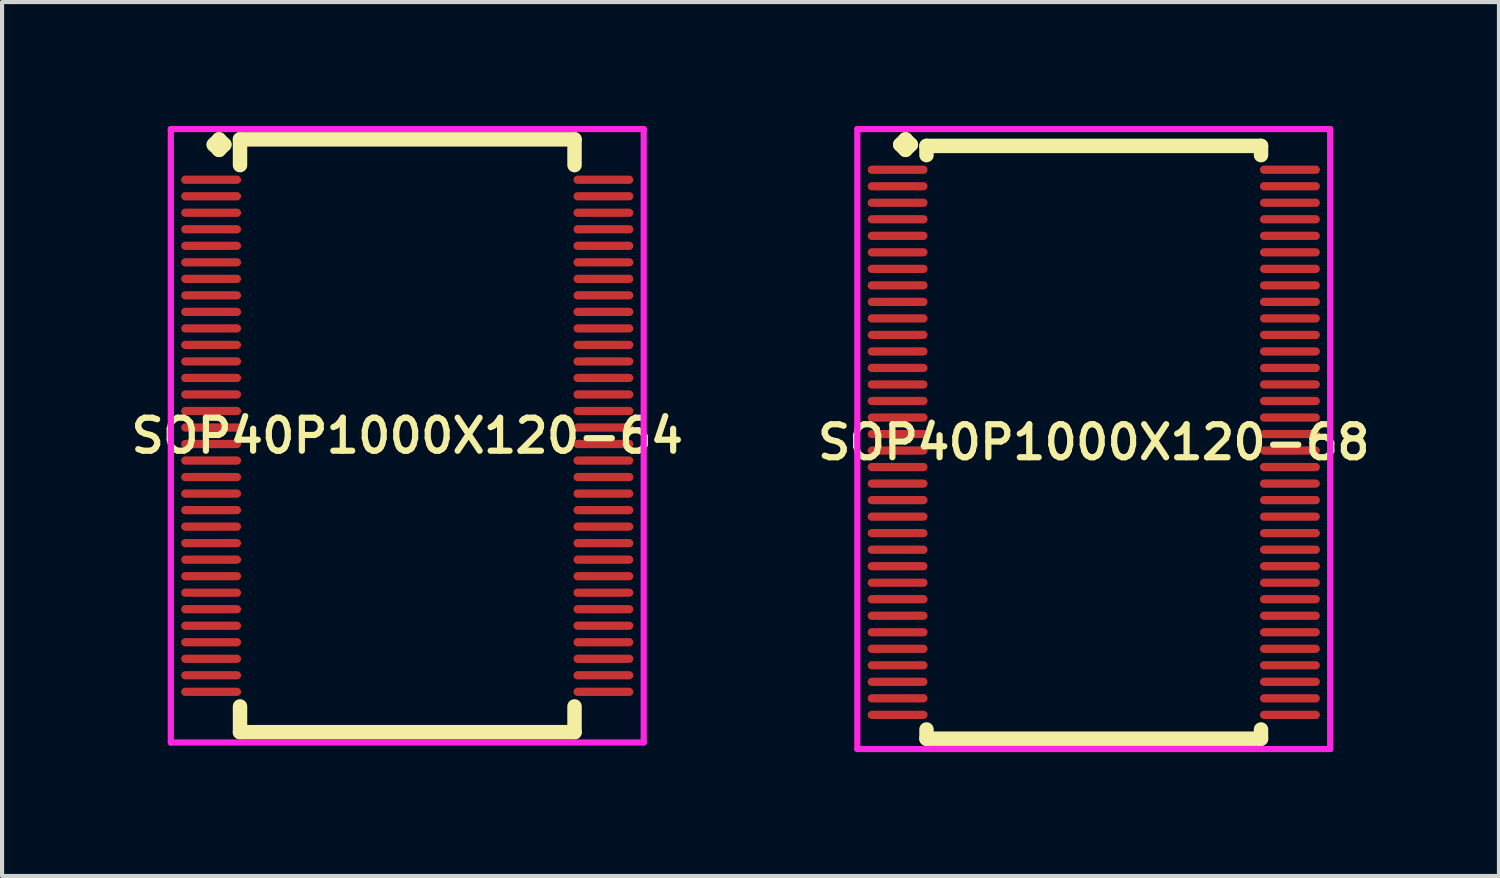
<source format=kicad_pcb>
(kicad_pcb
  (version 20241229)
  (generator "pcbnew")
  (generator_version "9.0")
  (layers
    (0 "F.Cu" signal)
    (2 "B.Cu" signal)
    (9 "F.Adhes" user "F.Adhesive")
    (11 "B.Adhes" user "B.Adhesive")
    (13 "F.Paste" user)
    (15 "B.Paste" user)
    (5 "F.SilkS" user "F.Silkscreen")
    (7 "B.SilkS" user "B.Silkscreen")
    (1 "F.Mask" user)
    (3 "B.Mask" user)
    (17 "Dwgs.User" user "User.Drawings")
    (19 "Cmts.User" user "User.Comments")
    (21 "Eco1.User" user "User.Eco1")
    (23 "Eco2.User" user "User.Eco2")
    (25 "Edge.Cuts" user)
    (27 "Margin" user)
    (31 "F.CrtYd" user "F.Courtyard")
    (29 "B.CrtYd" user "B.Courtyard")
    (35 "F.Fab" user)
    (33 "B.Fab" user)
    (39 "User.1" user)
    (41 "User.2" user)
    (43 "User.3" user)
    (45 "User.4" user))
  (footprint "SOP40P1000X120-68"
    (layer "F.Cu")
    (at 23.435 7.66)
    (property "Reference" "SOP40P1000X120-68" (at 0 0 0) (layer "F.SilkS") (effects (font (size 0.8 0.8) (thickness 0.15))))
    (attr smd)
    (fp_line (start -4.685 -7.208) (end -4.558 -7.335) (stroke (width 0.35) (type solid)) (layer "F.SilkS"))
    (fp_line (start -4.558 -7.335) (end -4.431 -7.208) (stroke (width 0.35) (type solid)) (layer "F.SilkS"))
    (fp_line (start -4.558 -7.081) (end -4.685 -7.208) (stroke (width 0.35) (type solid)) (layer "F.SilkS"))
    (fp_line (start -4.431 -7.208) (end -4.558 -7.081) (stroke (width 0.35) (type solid)) (layer "F.SilkS"))
    (fp_line (start -4.05 -7.177) (end 4.05 -7.177) (stroke (width 0.35) (type solid)) (layer "F.SilkS"))
    (fp_line (start -4.05 -6.954) (end -4.05 -7.177) (stroke (width 0.35) (type solid)) (layer "F.SilkS"))
    (fp_line (start -4.05 6.954) (end -4.05 7.177) (stroke (width 0.35) (type solid)) (layer "F.SilkS"))
    (fp_line (start -4.05 7.177) (end 4.05 7.177) (stroke (width 0.35) (type solid)) (layer "F.SilkS"))
    (fp_line (start 4.05 -7.177) (end 4.05 -6.954) (stroke (width 0.35) (type solid)) (layer "F.SilkS"))
    (fp_line (start 4.05 7.177) (end 4.05 6.954) (stroke (width 0.35) (type solid)) (layer "F.SilkS"))
    (fp_line (start -5.725 -7.585) (end 5.725 -7.585) (stroke (width 0.15) (type solid)) (layer "F.CrtYd"))
    (fp_line (start -5.725 7.427) (end -5.725 -7.585) (stroke (width 0.15) (type solid)) (layer "F.CrtYd"))
    (fp_line (start 5.725 -7.585) (end 5.725 7.427) (stroke (width 0.15) (type solid)) (layer "F.CrtYd"))
    (fp_line (start 5.725 7.427) (end -5.725 7.427) (stroke (width 0.15) (type solid)) (layer "F.CrtYd"))
    (pad "1" smd oval (at -4.75 -6.6) (size 1.45 0.2) (layers "F.Cu" "F.Mask" "F.Paste"))
    (pad "2" smd oval (at -4.75 -6.2) (size 1.45 0.2) (layers "F.Cu" "F.Mask" "F.Paste"))
    (pad "3" smd oval (at -4.75 -5.8) (size 1.45 0.2) (layers "F.Cu" "F.Mask" "F.Paste"))
    (pad "4" smd oval (at -4.75 -5.4) (size 1.45 0.2) (layers "F.Cu" "F.Mask" "F.Paste"))
    (pad "5" smd oval (at -4.75 -5) (size 1.45 0.2) (layers "F.Cu" "F.Mask" "F.Paste"))
    (pad "6" smd oval (at -4.75 -4.6) (size 1.45 0.2) (layers "F.Cu" "F.Mask" "F.Paste"))
    (pad "7" smd oval (at -4.75 -4.2) (size 1.45 0.2) (layers "F.Cu" "F.Mask" "F.Paste"))
    (pad "8" smd oval (at -4.75 -3.8) (size 1.45 0.2) (layers "F.Cu" "F.Mask" "F.Paste"))
    (pad "9" smd oval (at -4.75 -3.4) (size 1.45 0.2) (layers "F.Cu" "F.Mask" "F.Paste"))
    (pad "10" smd oval (at -4.75 -3) (size 1.45 0.2) (layers "F.Cu" "F.Mask" "F.Paste"))
    (pad "11" smd oval (at -4.75 -2.6) (size 1.45 0.2) (layers "F.Cu" "F.Mask" "F.Paste"))
    (pad "12" smd oval (at -4.75 -2.2) (size 1.45 0.2) (layers "F.Cu" "F.Mask" "F.Paste"))
    (pad "13" smd oval (at -4.75 -1.8) (size 1.45 0.2) (layers "F.Cu" "F.Mask" "F.Paste"))
    (pad "14" smd oval (at -4.75 -1.4) (size 1.45 0.2) (layers "F.Cu" "F.Mask" "F.Paste"))
    (pad "15" smd oval (at -4.75 -1) (size 1.45 0.2) (layers "F.Cu" "F.Mask" "F.Paste"))
    (pad "16" smd oval (at -4.75 -0.6) (size 1.45 0.2) (layers "F.Cu" "F.Mask" "F.Paste"))
    (pad "17" smd oval (at -4.75 -0.2) (size 1.45 0.2) (layers "F.Cu" "F.Mask" "F.Paste"))
    (pad "18" smd oval (at -4.75 0.2) (size 1.45 0.2) (layers "F.Cu" "F.Mask" "F.Paste"))
    (pad "19" smd oval (at -4.75 0.6) (size 1.45 0.2) (layers "F.Cu" "F.Mask" "F.Paste"))
    (pad "20" smd oval (at -4.75 1) (size 1.45 0.2) (layers "F.Cu" "F.Mask" "F.Paste"))
    (pad "21" smd oval (at -4.75 1.4) (size 1.45 0.2) (layers "F.Cu" "F.Mask" "F.Paste"))
    (pad "22" smd oval (at -4.75 1.8) (size 1.45 0.2) (layers "F.Cu" "F.Mask" "F.Paste"))
    (pad "23" smd oval (at -4.75 2.2) (size 1.45 0.2) (layers "F.Cu" "F.Mask" "F.Paste"))
    (pad "24" smd oval (at -4.75 2.6) (size 1.45 0.2) (layers "F.Cu" "F.Mask" "F.Paste"))
    (pad "25" smd oval (at -4.75 3) (size 1.45 0.2) (layers "F.Cu" "F.Mask" "F.Paste"))
    (pad "26" smd oval (at -4.75 3.4) (size 1.45 0.2) (layers "F.Cu" "F.Mask" "F.Paste"))
    (pad "27" smd oval (at -4.75 3.8) (size 1.45 0.2) (layers "F.Cu" "F.Mask" "F.Paste"))
    (pad "28" smd oval (at -4.75 4.2) (size 1.45 0.2) (layers "F.Cu" "F.Mask" "F.Paste"))
    (pad "29" smd oval (at -4.75 4.6) (size 1.45 0.2) (layers "F.Cu" "F.Mask" "F.Paste"))
    (pad "30" smd oval (at -4.75 5) (size 1.45 0.2) (layers "F.Cu" "F.Mask" "F.Paste"))
    (pad "31" smd oval (at -4.75 5.4) (size 1.45 0.2) (layers "F.Cu" "F.Mask" "F.Paste"))
    (pad "32" smd oval (at -4.75 5.8) (size 1.45 0.2) (layers "F.Cu" "F.Mask" "F.Paste"))
    (pad "33" smd oval (at -4.75 6.2) (size 1.45 0.2) (layers "F.Cu" "F.Mask" "F.Paste"))
    (pad "34" smd oval (at -4.75 6.6) (size 1.45 0.2) (layers "F.Cu" "F.Mask" "F.Paste"))
    (pad "35" smd oval (at 4.75 6.6) (size 1.45 0.2) (layers "F.Cu" "F.Mask" "F.Paste"))
    (pad "36" smd oval (at 4.75 6.2) (size 1.45 0.2) (layers "F.Cu" "F.Mask" "F.Paste"))
    (pad "37" smd oval (at 4.75 5.8) (size 1.45 0.2) (layers "F.Cu" "F.Mask" "F.Paste"))
    (pad "38" smd oval (at 4.75 5.4) (size 1.45 0.2) (layers "F.Cu" "F.Mask" "F.Paste"))
    (pad "39" smd oval (at 4.75 5) (size 1.45 0.2) (layers "F.Cu" "F.Mask" "F.Paste"))
    (pad "40" smd oval (at 4.75 4.6) (size 1.45 0.2) (layers "F.Cu" "F.Mask" "F.Paste"))
    (pad "41" smd oval (at 4.75 4.2) (size 1.45 0.2) (layers "F.Cu" "F.Mask" "F.Paste"))
    (pad "42" smd oval (at 4.75 3.8) (size 1.45 0.2) (layers "F.Cu" "F.Mask" "F.Paste"))
    (pad "43" smd oval (at 4.75 3.4) (size 1.45 0.2) (layers "F.Cu" "F.Mask" "F.Paste"))
    (pad "44" smd oval (at 4.75 3) (size 1.45 0.2) (layers "F.Cu" "F.Mask" "F.Paste"))
    (pad "45" smd oval (at 4.75 2.6) (size 1.45 0.2) (layers "F.Cu" "F.Mask" "F.Paste"))
    (pad "46" smd oval (at 4.75 2.2) (size 1.45 0.2) (layers "F.Cu" "F.Mask" "F.Paste"))
    (pad "47" smd oval (at 4.75 1.8) (size 1.45 0.2) (layers "F.Cu" "F.Mask" "F.Paste"))
    (pad "48" smd oval (at 4.75 1.4) (size 1.45 0.2) (layers "F.Cu" "F.Mask" "F.Paste"))
    (pad "49" smd oval (at 4.75 1) (size 1.45 0.2) (layers "F.Cu" "F.Mask" "F.Paste"))
    (pad "50" smd oval (at 4.75 0.6) (size 1.45 0.2) (layers "F.Cu" "F.Mask" "F.Paste"))
    (pad "51" smd oval (at 4.75 0.2) (size 1.45 0.2) (layers "F.Cu" "F.Mask" "F.Paste"))
    (pad "52" smd oval (at 4.75 -0.2) (size 1.45 0.2) (layers "F.Cu" "F.Mask" "F.Paste"))
    (pad "53" smd oval (at 4.75 -0.6) (size 1.45 0.2) (layers "F.Cu" "F.Mask" "F.Paste"))
    (pad "54" smd oval (at 4.75 -1) (size 1.45 0.2) (layers "F.Cu" "F.Mask" "F.Paste"))
    (pad "55" smd oval (at 4.75 -1.4) (size 1.45 0.2) (layers "F.Cu" "F.Mask" "F.Paste"))
    (pad "56" smd oval (at 4.75 -1.8) (size 1.45 0.2) (layers "F.Cu" "F.Mask" "F.Paste"))
    (pad "57" smd oval (at 4.75 -2.2) (size 1.45 0.2) (layers "F.Cu" "F.Mask" "F.Paste"))
    (pad "58" smd oval (at 4.75 -2.6) (size 1.45 0.2) (layers "F.Cu" "F.Mask" "F.Paste"))
    (pad "59" smd oval (at 4.75 -3) (size 1.45 0.2) (layers "F.Cu" "F.Mask" "F.Paste"))
    (pad "60" smd oval (at 4.75 -3.4) (size 1.45 0.2) (layers "F.Cu" "F.Mask" "F.Paste"))
    (pad "61" smd oval (at 4.75 -3.8) (size 1.45 0.2) (layers "F.Cu" "F.Mask" "F.Paste"))
    (pad "62" smd oval (at 4.75 -4.2) (size 1.45 0.2) (layers "F.Cu" "F.Mask" "F.Paste"))
    (pad "63" smd oval (at 4.75 -4.6) (size 1.45 0.2) (layers "F.Cu" "F.Mask" "F.Paste"))
    (pad "64" smd oval (at 4.75 -5) (size 1.45 0.2) (layers "F.Cu" "F.Mask" "F.Paste"))
    (pad "65" smd oval (at 4.75 -5.4) (size 1.45 0.2) (layers "F.Cu" "F.Mask" "F.Paste"))
    (pad "66" smd oval (at 4.75 -5.8) (size 1.45 0.2) (layers "F.Cu" "F.Mask" "F.Paste"))
    (pad "67" smd oval (at 4.75 -6.2) (size 1.45 0.2) (layers "F.Cu" "F.Mask" "F.Paste"))
    (pad "68" smd oval (at 4.75 -6.6) (size 1.45 0.2) (layers "F.Cu" "F.Mask" "F.Paste")))
  (footprint "SOP40P1000X120-64"
    (layer "F.Cu")
    (at 6.812 7.502)
    (property "Reference" "SOP40P1000X120-64" (at 0 0 0) (layer "F.SilkS") (effects (font (size 0.8 0.8) (thickness 0.15))))
    (attr smd)
    (fp_line (start -4.685 -7.05) (end -4.558 -7.177) (stroke (width 0.35) (type solid)) (layer "F.SilkS"))
    (fp_line (start -4.558 -7.177) (end -4.431 -7.05) (stroke (width 0.35) (type solid)) (layer "F.SilkS"))
    (fp_line (start -4.558 -6.923) (end -4.685 -7.05) (stroke (width 0.35) (type solid)) (layer "F.SilkS"))
    (fp_line (start -4.431 -7.05) (end -4.558 -6.923) (stroke (width 0.35) (type solid)) (layer "F.SilkS"))
    (fp_line (start -4.05 -7.177) (end 4.05 -7.177) (stroke (width 0.35) (type solid)) (layer "F.SilkS"))
    (fp_line (start -4.05 -6.554) (end -4.05 -7.177) (stroke (width 0.35) (type solid)) (layer "F.SilkS"))
    (fp_line (start -4.05 6.554) (end -4.05 7.177) (stroke (width 0.35) (type solid)) (layer "F.SilkS"))
    (fp_line (start -4.05 7.177) (end 4.05 7.177) (stroke (width 0.35) (type solid)) (layer "F.SilkS"))
    (fp_line (start 4.05 -7.177) (end 4.05 -6.554) (stroke (width 0.35) (type solid)) (layer "F.SilkS"))
    (fp_line (start 4.05 7.177) (end 4.05 6.554) (stroke (width 0.35) (type solid)) (layer "F.SilkS"))
    (fp_line (start -5.725 -7.427) (end 5.725 -7.427) (stroke (width 0.15) (type solid)) (layer "F.CrtYd"))
    (fp_line (start -5.725 7.427) (end -5.725 -7.427) (stroke (width 0.15) (type solid)) (layer "F.CrtYd"))
    (fp_line (start 5.725 -7.427) (end 5.725 7.427) (stroke (width 0.15) (type solid)) (layer "F.CrtYd"))
    (fp_line (start 5.725 7.427) (end -5.725 7.427) (stroke (width 0.15) (type solid)) (layer "F.CrtYd"))
    (pad "1" smd oval (at -4.75 -6.2) (size 1.45 0.2) (layers "F.Cu" "F.Mask" "F.Paste"))
    (pad "2" smd oval (at -4.75 -5.8) (size 1.45 0.2) (layers "F.Cu" "F.Mask" "F.Paste"))
    (pad "3" smd oval (at -4.75 -5.4) (size 1.45 0.2) (layers "F.Cu" "F.Mask" "F.Paste"))
    (pad "4" smd oval (at -4.75 -5) (size 1.45 0.2) (layers "F.Cu" "F.Mask" "F.Paste"))
    (pad "5" smd oval (at -4.75 -4.6) (size 1.45 0.2) (layers "F.Cu" "F.Mask" "F.Paste"))
    (pad "6" smd oval (at -4.75 -4.2) (size 1.45 0.2) (layers "F.Cu" "F.Mask" "F.Paste"))
    (pad "7" smd oval (at -4.75 -3.8) (size 1.45 0.2) (layers "F.Cu" "F.Mask" "F.Paste"))
    (pad "8" smd oval (at -4.75 -3.4) (size 1.45 0.2) (layers "F.Cu" "F.Mask" "F.Paste"))
    (pad "9" smd oval (at -4.75 -3) (size 1.45 0.2) (layers "F.Cu" "F.Mask" "F.Paste"))
    (pad "10" smd oval (at -4.75 -2.6) (size 1.45 0.2) (layers "F.Cu" "F.Mask" "F.Paste"))
    (pad "11" smd oval (at -4.75 -2.2) (size 1.45 0.2) (layers "F.Cu" "F.Mask" "F.Paste"))
    (pad "12" smd oval (at -4.75 -1.8) (size 1.45 0.2) (layers "F.Cu" "F.Mask" "F.Paste"))
    (pad "13" smd oval (at -4.75 -1.4) (size 1.45 0.2) (layers "F.Cu" "F.Mask" "F.Paste"))
    (pad "14" smd oval (at -4.75 -1) (size 1.45 0.2) (layers "F.Cu" "F.Mask" "F.Paste"))
    (pad "15" smd oval (at -4.75 -0.6) (size 1.45 0.2) (layers "F.Cu" "F.Mask" "F.Paste"))
    (pad "16" smd oval (at -4.75 -0.2) (size 1.45 0.2) (layers "F.Cu" "F.Mask" "F.Paste"))
    (pad "17" smd oval (at -4.75 0.2) (size 1.45 0.2) (layers "F.Cu" "F.Mask" "F.Paste"))
    (pad "18" smd oval (at -4.75 0.6) (size 1.45 0.2) (layers "F.Cu" "F.Mask" "F.Paste"))
    (pad "19" smd oval (at -4.75 1) (size 1.45 0.2) (layers "F.Cu" "F.Mask" "F.Paste"))
    (pad "20" smd oval (at -4.75 1.4) (size 1.45 0.2) (layers "F.Cu" "F.Mask" "F.Paste"))
    (pad "21" smd oval (at -4.75 1.8) (size 1.45 0.2) (layers "F.Cu" "F.Mask" "F.Paste"))
    (pad "22" smd oval (at -4.75 2.2) (size 1.45 0.2) (layers "F.Cu" "F.Mask" "F.Paste"))
    (pad "23" smd oval (at -4.75 2.6) (size 1.45 0.2) (layers "F.Cu" "F.Mask" "F.Paste"))
    (pad "24" smd oval (at -4.75 3) (size 1.45 0.2) (layers "F.Cu" "F.Mask" "F.Paste"))
    (pad "25" smd oval (at -4.75 3.4) (size 1.45 0.2) (layers "F.Cu" "F.Mask" "F.Paste"))
    (pad "26" smd oval (at -4.75 3.8) (size 1.45 0.2) (layers "F.Cu" "F.Mask" "F.Paste"))
    (pad "27" smd oval (at -4.75 4.2) (size 1.45 0.2) (layers "F.Cu" "F.Mask" "F.Paste"))
    (pad "28" smd oval (at -4.75 4.6) (size 1.45 0.2) (layers "F.Cu" "F.Mask" "F.Paste"))
    (pad "29" smd oval (at -4.75 5) (size 1.45 0.2) (layers "F.Cu" "F.Mask" "F.Paste"))
    (pad "30" smd oval (at -4.75 5.4) (size 1.45 0.2) (layers "F.Cu" "F.Mask" "F.Paste"))
    (pad "31" smd oval (at -4.75 5.8) (size 1.45 0.2) (layers "F.Cu" "F.Mask" "F.Paste"))
    (pad "32" smd oval (at -4.75 6.2) (size 1.45 0.2) (layers "F.Cu" "F.Mask" "F.Paste"))
    (pad "33" smd oval (at 4.75 6.2) (size 1.45 0.2) (layers "F.Cu" "F.Mask" "F.Paste"))
    (pad "34" smd oval (at 4.75 5.8) (size 1.45 0.2) (layers "F.Cu" "F.Mask" "F.Paste"))
    (pad "35" smd oval (at 4.75 5.4) (size 1.45 0.2) (layers "F.Cu" "F.Mask" "F.Paste"))
    (pad "36" smd oval (at 4.75 5) (size 1.45 0.2) (layers "F.Cu" "F.Mask" "F.Paste"))
    (pad "37" smd oval (at 4.75 4.6) (size 1.45 0.2) (layers "F.Cu" "F.Mask" "F.Paste"))
    (pad "38" smd oval (at 4.75 4.2) (size 1.45 0.2) (layers "F.Cu" "F.Mask" "F.Paste"))
    (pad "39" smd oval (at 4.75 3.8) (size 1.45 0.2) (layers "F.Cu" "F.Mask" "F.Paste"))
    (pad "40" smd oval (at 4.75 3.4) (size 1.45 0.2) (layers "F.Cu" "F.Mask" "F.Paste"))
    (pad "41" smd oval (at 4.75 3) (size 1.45 0.2) (layers "F.Cu" "F.Mask" "F.Paste"))
    (pad "42" smd oval (at 4.75 2.6) (size 1.45 0.2) (layers "F.Cu" "F.Mask" "F.Paste"))
    (pad "43" smd oval (at 4.75 2.2) (size 1.45 0.2) (layers "F.Cu" "F.Mask" "F.Paste"))
    (pad "44" smd oval (at 4.75 1.8) (size 1.45 0.2) (layers "F.Cu" "F.Mask" "F.Paste"))
    (pad "45" smd oval (at 4.75 1.4) (size 1.45 0.2) (layers "F.Cu" "F.Mask" "F.Paste"))
    (pad "46" smd oval (at 4.75 1) (size 1.45 0.2) (layers "F.Cu" "F.Mask" "F.Paste"))
    (pad "47" smd oval (at 4.75 0.6) (size 1.45 0.2) (layers "F.Cu" "F.Mask" "F.Paste"))
    (pad "48" smd oval (at 4.75 0.2) (size 1.45 0.2) (layers "F.Cu" "F.Mask" "F.Paste"))
    (pad "49" smd oval (at 4.75 -0.2) (size 1.45 0.2) (layers "F.Cu" "F.Mask" "F.Paste"))
    (pad "50" smd oval (at 4.75 -0.6) (size 1.45 0.2) (layers "F.Cu" "F.Mask" "F.Paste"))
    (pad "51" smd oval (at 4.75 -1) (size 1.45 0.2) (layers "F.Cu" "F.Mask" "F.Paste"))
    (pad "52" smd oval (at 4.75 -1.4) (size 1.45 0.2) (layers "F.Cu" "F.Mask" "F.Paste"))
    (pad "53" smd oval (at 4.75 -1.8) (size 1.45 0.2) (layers "F.Cu" "F.Mask" "F.Paste"))
    (pad "54" smd oval (at 4.75 -2.2) (size 1.45 0.2) (layers "F.Cu" "F.Mask" "F.Paste"))
    (pad "55" smd oval (at 4.75 -2.6) (size 1.45 0.2) (layers "F.Cu" "F.Mask" "F.Paste"))
    (pad "56" smd oval (at 4.75 -3) (size 1.45 0.2) (layers "F.Cu" "F.Mask" "F.Paste"))
    (pad "57" smd oval (at 4.75 -3.4) (size 1.45 0.2) (layers "F.Cu" "F.Mask" "F.Paste"))
    (pad "58" smd oval (at 4.75 -3.8) (size 1.45 0.2) (layers "F.Cu" "F.Mask" "F.Paste"))
    (pad "59" smd oval (at 4.75 -4.2) (size 1.45 0.2) (layers "F.Cu" "F.Mask" "F.Paste"))
    (pad "60" smd oval (at 4.75 -4.6) (size 1.45 0.2) (layers "F.Cu" "F.Mask" "F.Paste"))
    (pad "61" smd oval (at 4.75 -5) (size 1.45 0.2) (layers "F.Cu" "F.Mask" "F.Paste"))
    (pad "62" smd oval (at 4.75 -5.4) (size 1.45 0.2) (layers "F.Cu" "F.Mask" "F.Paste"))
    (pad "63" smd oval (at 4.75 -5.8) (size 1.45 0.2) (layers "F.Cu" "F.Mask" "F.Paste"))
    (pad "64" smd oval (at 4.75 -6.2) (size 1.45 0.2) (layers "F.Cu" "F.Mask" "F.Paste")))
  (gr_rect
    (start -3 -3)
    (end 33.247 18.162)
    (stroke (width 0.1) (type default))
    (fill no)
    (layer "Edge.Cuts")))
</source>
